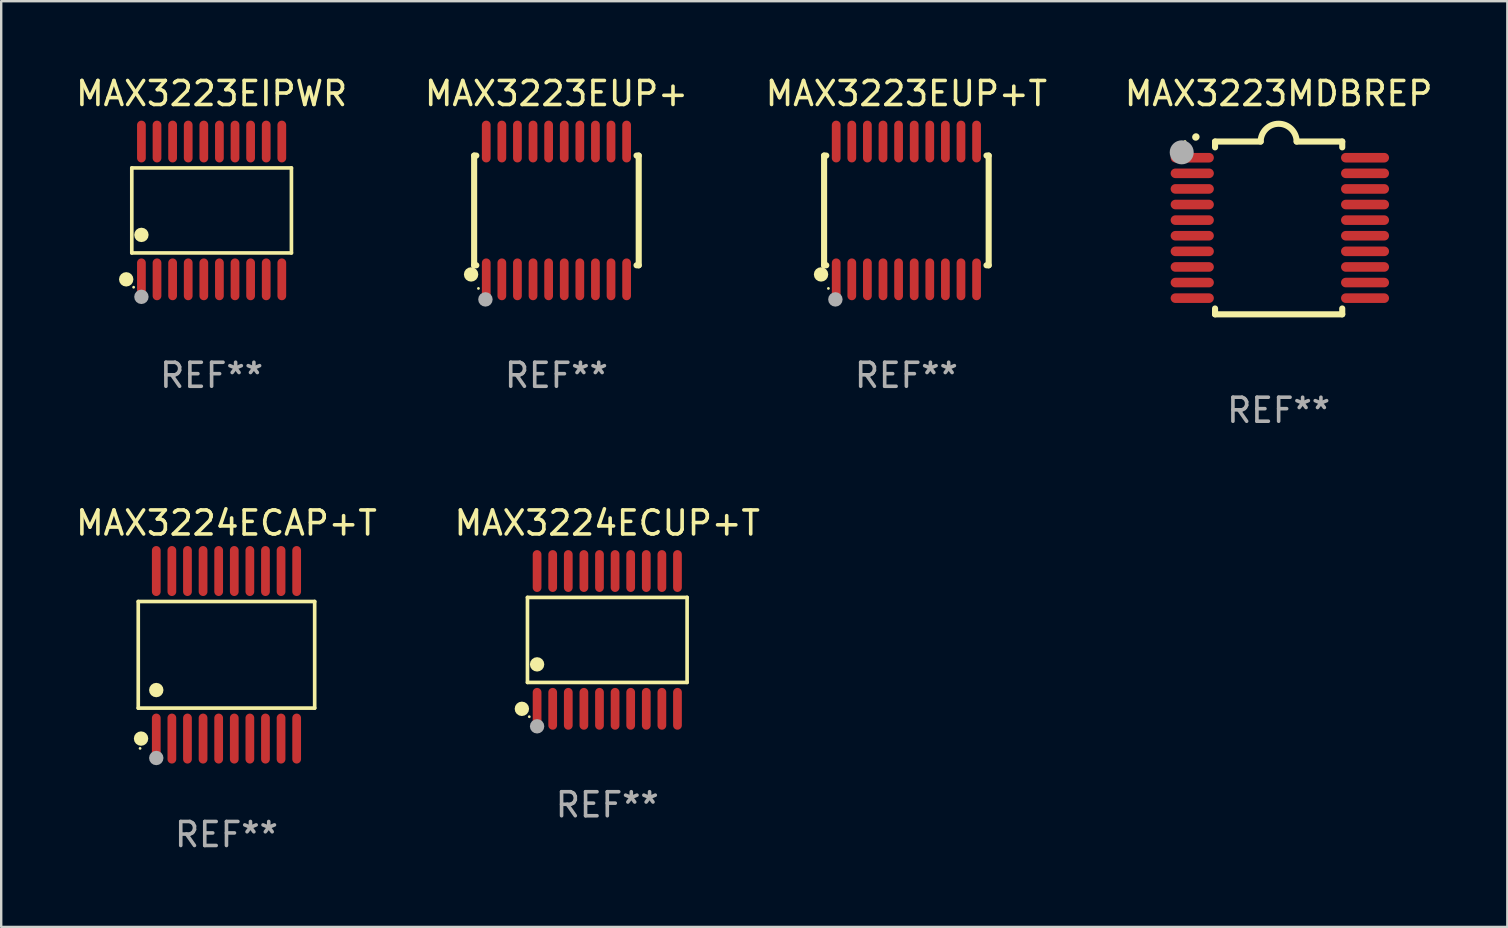
<source format=kicad_pcb>
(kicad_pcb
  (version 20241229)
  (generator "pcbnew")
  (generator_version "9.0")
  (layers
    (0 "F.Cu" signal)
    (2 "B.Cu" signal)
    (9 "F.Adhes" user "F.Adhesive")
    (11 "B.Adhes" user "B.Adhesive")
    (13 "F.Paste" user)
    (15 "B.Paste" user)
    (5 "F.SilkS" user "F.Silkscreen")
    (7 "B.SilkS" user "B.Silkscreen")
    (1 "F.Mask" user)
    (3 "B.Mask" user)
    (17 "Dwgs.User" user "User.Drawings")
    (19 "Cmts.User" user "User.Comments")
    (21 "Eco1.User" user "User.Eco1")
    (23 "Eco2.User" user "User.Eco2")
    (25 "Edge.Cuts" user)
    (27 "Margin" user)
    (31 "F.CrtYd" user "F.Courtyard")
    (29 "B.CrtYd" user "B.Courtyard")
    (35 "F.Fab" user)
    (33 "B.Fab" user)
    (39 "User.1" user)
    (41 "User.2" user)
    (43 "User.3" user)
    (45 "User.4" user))
  (footprint "MAX3223EIPWR"
    (layer "F.Cu")
    (at 5.768 5.719)
    (property "Reference" "MAX3223EIPWR" (at 0 -4.871 0) (layer "F.SilkS") (effects (font (size 1 1) (thickness 0.15))))
    (attr through_hole)
    (fp_line (start -3.326 -1.771) (end 3.326 -1.771) (stroke (width 0.152) (type solid)) (layer "F.SilkS"))
    (fp_line (start -3.326 1.771) (end -3.326 -1.771) (stroke (width 0.152) (type solid)) (layer "F.SilkS"))
    (fp_line (start 3.326 -1.771) (end 3.326 1.771) (stroke (width 0.152) (type solid)) (layer "F.SilkS"))
    (fp_line (start 3.326 1.771) (end -3.326 1.771) (stroke (width 0.152) (type solid)) (layer "F.SilkS"))
    (fp_circle (center -3.559 2.871) (end -3.409 2.871) (stroke (width 0.3) (type solid)) (fill no) (layer "F.SilkS"))
    (fp_circle (center -3.25 3.2) (end -3.22 3.2) (stroke (width 0.06) (type solid)) (fill no) (layer "F.SilkS"))
    (fp_circle (center -2.925 1.019) (end -2.775 1.019) (stroke (width 0.3) (type solid)) (fill no) (layer "F.SilkS"))
    (fp_circle (center -2.925 3.6) (end -2.775 3.6) (stroke (width 0.3) (type solid)) (fill no) (layer "F.Fab"))
    (fp_text user "REF**" (at 0 6.871 0) (layer "F.Fab") (effects (font (size 1 1) (thickness 0.15))))
    (pad "1" smd oval (at -2.925 2.871) (size 0.364 1.742) (layers "F.Cu" "F.Mask" "F.Paste"))
    (pad "2" smd oval (at -2.275 2.871) (size 0.364 1.742) (layers "F.Cu" "F.Mask" "F.Paste"))
    (pad "3" smd oval (at -1.625 2.871) (size 0.364 1.742) (layers "F.Cu" "F.Mask" "F.Paste"))
    (pad "4" smd oval (at -0.975 2.871) (size 0.364 1.742) (layers "F.Cu" "F.Mask" "F.Paste"))
    (pad "5" smd oval (at -0.325 2.871) (size 0.364 1.742) (layers "F.Cu" "F.Mask" "F.Paste"))
    (pad "6" smd oval (at 0.325 2.871) (size 0.364 1.742) (layers "F.Cu" "F.Mask" "F.Paste"))
    (pad "7" smd oval (at 0.975 2.871) (size 0.364 1.742) (layers "F.Cu" "F.Mask" "F.Paste"))
    (pad "8" smd oval (at 1.625 2.871) (size 0.364 1.742) (layers "F.Cu" "F.Mask" "F.Paste"))
    (pad "9" smd oval (at 2.275 2.871) (size 0.364 1.742) (layers "F.Cu" "F.Mask" "F.Paste"))
    (pad "10" smd oval (at 2.925 2.871) (size 0.364 1.742) (layers "F.Cu" "F.Mask" "F.Paste"))
    (pad "11" smd oval (at 2.925 -2.871) (size 0.364 1.742) (layers "F.Cu" "F.Mask" "F.Paste"))
    (pad "12" smd oval (at 2.275 -2.871) (size 0.364 1.742) (layers "F.Cu" "F.Mask" "F.Paste"))
    (pad "13" smd oval (at 1.625 -2.871) (size 0.364 1.742) (layers "F.Cu" "F.Mask" "F.Paste"))
    (pad "14" smd oval (at 0.975 -2.871) (size 0.364 1.742) (layers "F.Cu" "F.Mask" "F.Paste"))
    (pad "15" smd oval (at 0.325 -2.871) (size 0.364 1.742) (layers "F.Cu" "F.Mask" "F.Paste"))
    (pad "16" smd oval (at -0.325 -2.871) (size 0.364 1.742) (layers "F.Cu" "F.Mask" "F.Paste"))
    (pad "17" smd oval (at -0.975 -2.871) (size 0.364 1.742) (layers "F.Cu" "F.Mask" "F.Paste"))
    (pad "18" smd oval (at -1.625 -2.871) (size 0.364 1.742) (layers "F.Cu" "F.Mask" "F.Paste"))
    (pad "19" smd oval (at -2.275 -2.871) (size 0.364 1.742) (layers "F.Cu" "F.Mask" "F.Paste"))
    (pad "20" smd oval (at -2.925 -2.871) (size 0.364 1.742) (layers "F.Cu" "F.Mask" "F.Paste")))
  (footprint "MAX3224ECUP+T"
    (layer "F.Cu")
    (at 22.256 23.616)
    (property "Reference" "MAX3224ECUP+T" (at 0 -4.871 0) (layer "F.SilkS") (effects (font (size 1 1) (thickness 0.15))))
    (attr through_hole)
    (fp_line (start -3.326 -1.771) (end 3.326 -1.771) (stroke (width 0.152) (type solid)) (layer "F.SilkS"))
    (fp_line (start -3.326 1.771) (end -3.326 -1.771) (stroke (width 0.152) (type solid)) (layer "F.SilkS"))
    (fp_line (start 3.326 -1.771) (end 3.326 1.771) (stroke (width 0.152) (type solid)) (layer "F.SilkS"))
    (fp_line (start 3.326 1.771) (end -3.326 1.771) (stroke (width 0.152) (type solid)) (layer "F.SilkS"))
    (fp_circle (center -3.559 2.871) (end -3.409 2.871) (stroke (width 0.3) (type solid)) (fill no) (layer "F.SilkS"))
    (fp_circle (center -3.25 3.2) (end -3.22 3.2) (stroke (width 0.06) (type solid)) (fill no) (layer "F.SilkS"))
    (fp_circle (center -2.925 1.019) (end -2.775 1.019) (stroke (width 0.3) (type solid)) (fill no) (layer "F.SilkS"))
    (fp_circle (center -2.925 3.6) (end -2.775 3.6) (stroke (width 0.3) (type solid)) (fill no) (layer "F.Fab"))
    (fp_text user "REF**" (at 0 6.871 0) (layer "F.Fab") (effects (font (size 1 1) (thickness 0.15))))
    (pad "1" smd oval (at -2.925 2.871) (size 0.364 1.742) (layers "F.Cu" "F.Mask" "F.Paste"))
    (pad "2" smd oval (at -2.275 2.871) (size 0.364 1.742) (layers "F.Cu" "F.Mask" "F.Paste"))
    (pad "3" smd oval (at -1.625 2.871) (size 0.364 1.742) (layers "F.Cu" "F.Mask" "F.Paste"))
    (pad "4" smd oval (at -0.975 2.871) (size 0.364 1.742) (layers "F.Cu" "F.Mask" "F.Paste"))
    (pad "5" smd oval (at -0.325 2.871) (size 0.364 1.742) (layers "F.Cu" "F.Mask" "F.Paste"))
    (pad "6" smd oval (at 0.325 2.871) (size 0.364 1.742) (layers "F.Cu" "F.Mask" "F.Paste"))
    (pad "7" smd oval (at 0.975 2.871) (size 0.364 1.742) (layers "F.Cu" "F.Mask" "F.Paste"))
    (pad "8" smd oval (at 1.625 2.871) (size 0.364 1.742) (layers "F.Cu" "F.Mask" "F.Paste"))
    (pad "9" smd oval (at 2.275 2.871) (size 0.364 1.742) (layers "F.Cu" "F.Mask" "F.Paste"))
    (pad "10" smd oval (at 2.925 2.871) (size 0.364 1.742) (layers "F.Cu" "F.Mask" "F.Paste"))
    (pad "11" smd oval (at 2.925 -2.871) (size 0.364 1.742) (layers "F.Cu" "F.Mask" "F.Paste"))
    (pad "12" smd oval (at 2.275 -2.871) (size 0.364 1.742) (layers "F.Cu" "F.Mask" "F.Paste"))
    (pad "13" smd oval (at 1.625 -2.871) (size 0.364 1.742) (layers "F.Cu" "F.Mask" "F.Paste"))
    (pad "14" smd oval (at 0.975 -2.871) (size 0.364 1.742) (layers "F.Cu" "F.Mask" "F.Paste"))
    (pad "15" smd oval (at 0.325 -2.871) (size 0.364 1.742) (layers "F.Cu" "F.Mask" "F.Paste"))
    (pad "16" smd oval (at -0.325 -2.871) (size 0.364 1.742) (layers "F.Cu" "F.Mask" "F.Paste"))
    (pad "17" smd oval (at -0.975 -2.871) (size 0.364 1.742) (layers "F.Cu" "F.Mask" "F.Paste"))
    (pad "18" smd oval (at -1.625 -2.871) (size 0.364 1.742) (layers "F.Cu" "F.Mask" "F.Paste"))
    (pad "19" smd oval (at -2.275 -2.871) (size 0.364 1.742) (layers "F.Cu" "F.Mask" "F.Paste"))
    (pad "20" smd oval (at -2.925 -2.871) (size 0.364 1.742) (layers "F.Cu" "F.Mask" "F.Paste")))
  (footprint "MAX3223MDBREP"
    (layer "F.Cu")
    (at 50.232 6.448)
    (property "Reference" "MAX3223MDBREP" (at 0 -5.6 0) (layer "F.SilkS") (effects (font (size 1 1) (thickness 0.15))))
    (attr through_hole)
    (fp_line (start -2.65 -3.6) (end -2.65 -3.357) (stroke (width 0.254) (type solid)) (layer "F.SilkS"))
    (fp_line (start -2.65 -3.6) (end -0.75 -3.6) (stroke (width 0.254) (type solid)) (layer "F.SilkS"))
    (fp_line (start -2.65 3.357) (end -2.65 3.6) (stroke (width 0.254) (type solid)) (layer "F.SilkS"))
    (fp_line (start 2.65 -3.6) (end 0.75 -3.6) (stroke (width 0.254) (type solid)) (layer "F.SilkS"))
    (fp_line (start 2.65 -3.6) (end 2.65 -3.357) (stroke (width 0.254) (type solid)) (layer "F.SilkS"))
    (fp_line (start 2.65 3.357) (end 2.65 3.6) (stroke (width 0.254) (type solid)) (layer "F.SilkS"))
    (fp_line (start 2.65 3.6) (end -2.65 3.6) (stroke (width 0.254) (type solid)) (layer "F.SilkS"))
    (fp_arc (start -3.454407 -3.784608) (mid -3.449499 -3.78986) (end -3.444247 -3.794768) (stroke (width 0.3) (type solid)) (layer "F.SilkS"))
    (fp_arc (start -0.749301 -3.599186) (mid -0.000051 -4.348844) (end 0.750013 -3.6) (stroke (width 0.254001) (type solid)) (layer "F.SilkS"))
    (fp_circle (center -3.9 -3.6) (end -3.87 -3.6) (stroke (width 0.06) (type solid)) (fill no) (layer "F.SilkS"))
    (fp_circle (center -4.039 -3.15) (end -3.789 -3.15) (stroke (width 0.5) (type solid)) (fill no) (layer "F.Fab"))
    (fp_text user "REF**" (at 0 7.6 0) (layer "F.Fab") (effects (font (size 1 1) (thickness 0.15))))
    (pad "1" smd oval (at -3.6 -2.926 90) (size 0.4 1.8) (layers "F.Cu" "F.Mask" "F.Paste"))
    (pad "2" smd oval (at -3.6 -2.276 90) (size 0.4 1.8) (layers "F.Cu" "F.Mask" "F.Paste"))
    (pad "3" smd oval (at -3.6 -1.626 90) (size 0.4 1.8) (layers "F.Cu" "F.Mask" "F.Paste"))
    (pad "4" smd oval (at -3.6 -0.975 90) (size 0.4 1.8) (layers "F.Cu" "F.Mask" "F.Paste"))
    (pad "5" smd oval (at -3.6 -0.325 90) (size 0.4 1.8) (layers "F.Cu" "F.Mask" "F.Paste"))
    (pad "6" smd oval (at -3.6 0.325 90) (size 0.4 1.8) (layers "F.Cu" "F.Mask" "F.Paste"))
    (pad "7" smd oval (at -3.6 0.975 90) (size 0.4 1.8) (layers "F.Cu" "F.Mask" "F.Paste"))
    (pad "8" smd oval (at -3.6 1.626 90) (size 0.4 1.8) (layers "F.Cu" "F.Mask" "F.Paste"))
    (pad "9" smd oval (at -3.6 2.276 90) (size 0.4 1.8) (layers "F.Cu" "F.Mask" "F.Paste"))
    (pad "10" smd oval (at -3.6 2.926 90) (size 0.4 1.8) (layers "F.Cu" "F.Mask" "F.Paste"))
    (pad "11" smd oval (at 3.6 2.926 90) (size 0.4 2) (layers "F.Cu" "F.Mask" "F.Paste"))
    (pad "12" smd oval (at 3.6 2.276 90) (size 0.4 2) (layers "F.Cu" "F.Mask" "F.Paste"))
    (pad "13" smd oval (at 3.6 1.626 90) (size 0.4 2) (layers "F.Cu" "F.Mask" "F.Paste"))
    (pad "14" smd oval (at 3.6 0.975 90) (size 0.4 2) (layers "F.Cu" "F.Mask" "F.Paste"))
    (pad "15" smd oval (at 3.6 0.325 90) (size 0.4 2) (layers "F.Cu" "F.Mask" "F.Paste"))
    (pad "16" smd oval (at 3.6 -0.325 90) (size 0.4 2) (layers "F.Cu" "F.Mask" "F.Paste"))
    (pad "17" smd oval (at 3.6 -0.975 90) (size 0.4 2) (layers "F.Cu" "F.Mask" "F.Paste"))
    (pad "18" smd oval (at 3.6 -1.626 90) (size 0.4 2) (layers "F.Cu" "F.Mask" "F.Paste"))
    (pad "19" smd oval (at 3.6 -2.276 90) (size 0.4 2) (layers "F.Cu" "F.Mask" "F.Paste"))
    (pad "20" smd oval (at 3.6 -2.926 90) (size 0.4 2) (layers "F.Cu" "F.Mask" "F.Paste")))
  (footprint "MAX3223EUP+T"
    (layer "F.Cu")
    (at 34.72 5.719)
    (property "Reference" "MAX3223EUP+T" (at 0 -4.871 0) (layer "F.SilkS") (effects (font (size 1 1) (thickness 0.15))))
    (attr through_hole)
    (fp_line (start -3.429 -2.286) (end -3.429 2.286) (stroke (width 0.254) (type solid)) (layer "F.SilkS"))
    (fp_line (start -3.429 2.286) (end -3.338 2.286) (stroke (width 0.254) (type solid)) (layer "F.SilkS"))
    (fp_line (start -3.338 -2.286) (end -3.429 -2.286) (stroke (width 0.254) (type solid)) (layer "F.SilkS"))
    (fp_line (start 3.338 -2.286) (end 3.429 -2.286) (stroke (width 0.254) (type solid)) (layer "F.SilkS"))
    (fp_line (start 3.429 -2.286) (end 3.429 2.286) (stroke (width 0.254) (type solid)) (layer "F.SilkS"))
    (fp_line (start 3.429 2.286) (end 3.338 2.286) (stroke (width 0.254) (type solid)) (layer "F.SilkS"))
    (fp_circle (center -3.556 2.667) (end -3.406 2.667) (stroke (width 0.3) (type solid)) (fill no) (layer "F.SilkS"))
    (fp_circle (center -3.25 3.25) (end -3.22 3.25) (stroke (width 0.06) (type solid)) (fill no) (layer "F.SilkS"))
    (fp_circle (center -2.959 3.707) (end -2.808 3.707) (stroke (width 0.3) (type solid)) (fill no) (layer "F.Fab"))
    (fp_text user "REF**" (at 0 6.871 0) (layer "F.Fab") (effects (font (size 1 1) (thickness 0.15))))
    (pad "1" smd oval (at -2.925 2.871) (size 0.364 1.742) (layers "F.Cu" "F.Mask" "F.Paste"))
    (pad "2" smd oval (at -2.275 2.871) (size 0.364 1.742) (layers "F.Cu" "F.Mask" "F.Paste"))
    (pad "3" smd oval (at -1.625 2.871) (size 0.364 1.742) (layers "F.Cu" "F.Mask" "F.Paste"))
    (pad "4" smd oval (at -0.975 2.871) (size 0.364 1.742) (layers "F.Cu" "F.Mask" "F.Paste"))
    (pad "5" smd oval (at -0.325 2.871) (size 0.364 1.742) (layers "F.Cu" "F.Mask" "F.Paste"))
    (pad "6" smd oval (at 0.325 2.871) (size 0.364 1.742) (layers "F.Cu" "F.Mask" "F.Paste"))
    (pad "7" smd oval (at 0.975 2.871) (size 0.364 1.742) (layers "F.Cu" "F.Mask" "F.Paste"))
    (pad "8" smd oval (at 1.625 2.871) (size 0.364 1.742) (layers "F.Cu" "F.Mask" "F.Paste"))
    (pad "9" smd oval (at 2.275 2.871) (size 0.364 1.742) (layers "F.Cu" "F.Mask" "F.Paste"))
    (pad "10" smd oval (at 2.925 2.871) (size 0.364 1.742) (layers "F.Cu" "F.Mask" "F.Paste"))
    (pad "11" smd oval (at 2.925 -2.871) (size 0.364 1.742) (layers "F.Cu" "F.Mask" "F.Paste"))
    (pad "12" smd oval (at 2.275 -2.871) (size 0.364 1.742) (layers "F.Cu" "F.Mask" "F.Paste"))
    (pad "13" smd oval (at 1.625 -2.871) (size 0.364 1.742) (layers "F.Cu" "F.Mask" "F.Paste"))
    (pad "14" smd oval (at 0.975 -2.871) (size 0.364 1.742) (layers "F.Cu" "F.Mask" "F.Paste"))
    (pad "15" smd oval (at 0.325 -2.871) (size 0.364 1.742) (layers "F.Cu" "F.Mask" "F.Paste"))
    (pad "16" smd oval (at -0.325 -2.871) (size 0.364 1.742) (layers "F.Cu" "F.Mask" "F.Paste"))
    (pad "17" smd oval (at -0.975 -2.871) (size 0.364 1.742) (layers "F.Cu" "F.Mask" "F.Paste"))
    (pad "18" smd oval (at -1.625 -2.871) (size 0.364 1.742) (layers "F.Cu" "F.Mask" "F.Paste"))
    (pad "19" smd oval (at -2.275 -2.871) (size 0.364 1.742) (layers "F.Cu" "F.Mask" "F.Paste"))
    (pad "20" smd oval (at -2.925 -2.871) (size 0.364 1.742) (layers "F.Cu" "F.Mask" "F.Paste")))
  (footprint "MAX3223EUP+"
    (layer "F.Cu")
    (at 20.137 5.719)
    (property "Reference" "MAX3223EUP+" (at 0 -4.871 0) (layer "F.SilkS") (effects (font (size 1 1) (thickness 0.15))))
    (attr through_hole)
    (fp_line (start -3.429 -2.286) (end -3.429 2.286) (stroke (width 0.254) (type solid)) (layer "F.SilkS"))
    (fp_line (start -3.429 2.286) (end -3.338 2.286) (stroke (width 0.254) (type solid)) (layer "F.SilkS"))
    (fp_line (start -3.338 -2.286) (end -3.429 -2.286) (stroke (width 0.254) (type solid)) (layer "F.SilkS"))
    (fp_line (start 3.338 -2.286) (end 3.429 -2.286) (stroke (width 0.254) (type solid)) (layer "F.SilkS"))
    (fp_line (start 3.429 -2.286) (end 3.429 2.286) (stroke (width 0.254) (type solid)) (layer "F.SilkS"))
    (fp_line (start 3.429 2.286) (end 3.338 2.286) (stroke (width 0.254) (type solid)) (layer "F.SilkS"))
    (fp_circle (center -3.556 2.667) (end -3.406 2.667) (stroke (width 0.3) (type solid)) (fill no) (layer "F.SilkS"))
    (fp_circle (center -3.25 3.25) (end -3.22 3.25) (stroke (width 0.06) (type solid)) (fill no) (layer "F.SilkS"))
    (fp_circle (center -2.959 3.707) (end -2.808 3.707) (stroke (width 0.3) (type solid)) (fill no) (layer "F.Fab"))
    (fp_text user "REF**" (at 0 6.871 0) (layer "F.Fab") (effects (font (size 1 1) (thickness 0.15))))
    (pad "1" smd oval (at -2.925 2.871) (size 0.364 1.742) (layers "F.Cu" "F.Mask" "F.Paste"))
    (pad "2" smd oval (at -2.275 2.871) (size 0.364 1.742) (layers "F.Cu" "F.Mask" "F.Paste"))
    (pad "3" smd oval (at -1.625 2.871) (size 0.364 1.742) (layers "F.Cu" "F.Mask" "F.Paste"))
    (pad "4" smd oval (at -0.975 2.871) (size 0.364 1.742) (layers "F.Cu" "F.Mask" "F.Paste"))
    (pad "5" smd oval (at -0.325 2.871) (size 0.364 1.742) (layers "F.Cu" "F.Mask" "F.Paste"))
    (pad "6" smd oval (at 0.325 2.871) (size 0.364 1.742) (layers "F.Cu" "F.Mask" "F.Paste"))
    (pad "7" smd oval (at 0.975 2.871) (size 0.364 1.742) (layers "F.Cu" "F.Mask" "F.Paste"))
    (pad "8" smd oval (at 1.625 2.871) (size 0.364 1.742) (layers "F.Cu" "F.Mask" "F.Paste"))
    (pad "9" smd oval (at 2.275 2.871) (size 0.364 1.742) (layers "F.Cu" "F.Mask" "F.Paste"))
    (pad "10" smd oval (at 2.925 2.871) (size 0.364 1.742) (layers "F.Cu" "F.Mask" "F.Paste"))
    (pad "11" smd oval (at 2.925 -2.871) (size 0.364 1.742) (layers "F.Cu" "F.Mask" "F.Paste"))
    (pad "12" smd oval (at 2.275 -2.871) (size 0.364 1.742) (layers "F.Cu" "F.Mask" "F.Paste"))
    (pad "13" smd oval (at 1.625 -2.871) (size 0.364 1.742) (layers "F.Cu" "F.Mask" "F.Paste"))
    (pad "14" smd oval (at 0.975 -2.871) (size 0.364 1.742) (layers "F.Cu" "F.Mask" "F.Paste"))
    (pad "15" smd oval (at 0.325 -2.871) (size 0.364 1.742) (layers "F.Cu" "F.Mask" "F.Paste"))
    (pad "16" smd oval (at -0.325 -2.871) (size 0.364 1.742) (layers "F.Cu" "F.Mask" "F.Paste"))
    (pad "17" smd oval (at -0.975 -2.871) (size 0.364 1.742) (layers "F.Cu" "F.Mask" "F.Paste"))
    (pad "18" smd oval (at -1.625 -2.871) (size 0.364 1.742) (layers "F.Cu" "F.Mask" "F.Paste"))
    (pad "19" smd oval (at -2.275 -2.871) (size 0.364 1.742) (layers "F.Cu" "F.Mask" "F.Paste"))
    (pad "20" smd oval (at -2.925 -2.871) (size 0.364 1.742) (layers "F.Cu" "F.Mask" "F.Paste")))
  (footprint "MAX3224ECAP+T"
    (layer "F.Cu")
    (at 6.387 24.236)
    (property "Reference" "MAX3224ECAP+T" (at 0 -5.491 0) (layer "F.SilkS") (effects (font (size 1 1) (thickness 0.15))))
    (attr through_hole)
    (fp_line (start -3.676 -2.221) (end 3.676 -2.221) (stroke (width 0.152) (type solid)) (layer "F.SilkS"))
    (fp_line (start -3.676 2.221) (end -3.676 -2.221) (stroke (width 0.152) (type solid)) (layer "F.SilkS"))
    (fp_line (start 3.676 -2.221) (end 3.676 2.221) (stroke (width 0.152) (type solid)) (layer "F.SilkS"))
    (fp_line (start 3.676 2.221) (end -3.676 2.221) (stroke (width 0.152) (type solid)) (layer "F.SilkS"))
    (fp_circle (center -3.6 3.9) (end -3.57 3.9) (stroke (width 0.06) (type solid)) (fill no) (layer "F.SilkS"))
    (fp_circle (center -3.559 3.491) (end -3.409 3.491) (stroke (width 0.3) (type solid)) (fill no) (layer "F.SilkS"))
    (fp_circle (center -2.925 1.469) (end -2.775 1.469) (stroke (width 0.3) (type solid)) (fill no) (layer "F.SilkS"))
    (fp_circle (center -2.925 4.3) (end -2.775 4.3) (stroke (width 0.3) (type solid)) (fill no) (layer "F.Fab"))
    (fp_text user "REF**" (at 0 7.491 0) (layer "F.Fab") (effects (font (size 1 1) (thickness 0.15))))
    (pad "1" smd oval (at -2.925 3.491) (size 0.364 2.082) (layers "F.Cu" "F.Mask" "F.Paste"))
    (pad "2" smd oval (at -2.275 3.491) (size 0.364 2.082) (layers "F.Cu" "F.Mask" "F.Paste"))
    (pad "3" smd oval (at -1.625 3.491) (size 0.364 2.082) (layers "F.Cu" "F.Mask" "F.Paste"))
    (pad "4" smd oval (at -0.975 3.491) (size 0.364 2.082) (layers "F.Cu" "F.Mask" "F.Paste"))
    (pad "5" smd oval (at -0.325 3.491) (size 0.364 2.082) (layers "F.Cu" "F.Mask" "F.Paste"))
    (pad "6" smd oval (at 0.325 3.491) (size 0.364 2.082) (layers "F.Cu" "F.Mask" "F.Paste"))
    (pad "7" smd oval (at 0.975 3.491) (size 0.364 2.082) (layers "F.Cu" "F.Mask" "F.Paste"))
    (pad "8" smd oval (at 1.625 3.491) (size 0.364 2.082) (layers "F.Cu" "F.Mask" "F.Paste"))
    (pad "9" smd oval (at 2.275 3.491) (size 0.364 2.082) (layers "F.Cu" "F.Mask" "F.Paste"))
    (pad "10" smd oval (at 2.925 3.491) (size 0.364 2.082) (layers "F.Cu" "F.Mask" "F.Paste"))
    (pad "11" smd oval (at 2.925 -3.491) (size 0.364 2.082) (layers "F.Cu" "F.Mask" "F.Paste"))
    (pad "12" smd oval (at 2.275 -3.491) (size 0.364 2.082) (layers "F.Cu" "F.Mask" "F.Paste"))
    (pad "13" smd oval (at 1.625 -3.491) (size 0.364 2.082) (layers "F.Cu" "F.Mask" "F.Paste"))
    (pad "14" smd oval (at 0.975 -3.491) (size 0.364 2.082) (layers "F.Cu" "F.Mask" "F.Paste"))
    (pad "15" smd oval (at 0.325 -3.491) (size 0.364 2.082) (layers "F.Cu" "F.Mask" "F.Paste"))
    (pad "16" smd oval (at -0.325 -3.491) (size 0.364 2.082) (layers "F.Cu" "F.Mask" "F.Paste"))
    (pad "17" smd oval (at -0.975 -3.491) (size 0.364 2.082) (layers "F.Cu" "F.Mask" "F.Paste"))
    (pad "18" smd oval (at -1.625 -3.491) (size 0.364 2.082) (layers "F.Cu" "F.Mask" "F.Paste"))
    (pad "19" smd oval (at -2.275 -3.491) (size 0.364 2.082) (layers "F.Cu" "F.Mask" "F.Paste"))
    (pad "20" smd oval (at -2.925 -3.491) (size 0.364 2.082) (layers "F.Cu" "F.Mask" "F.Paste")))
  (gr_rect
    (start -3 -3)
    (end 59.762 35.575)
    (stroke (width 0.1) (type default))
    (fill no)
    (layer "Edge.Cuts")))
</source>
